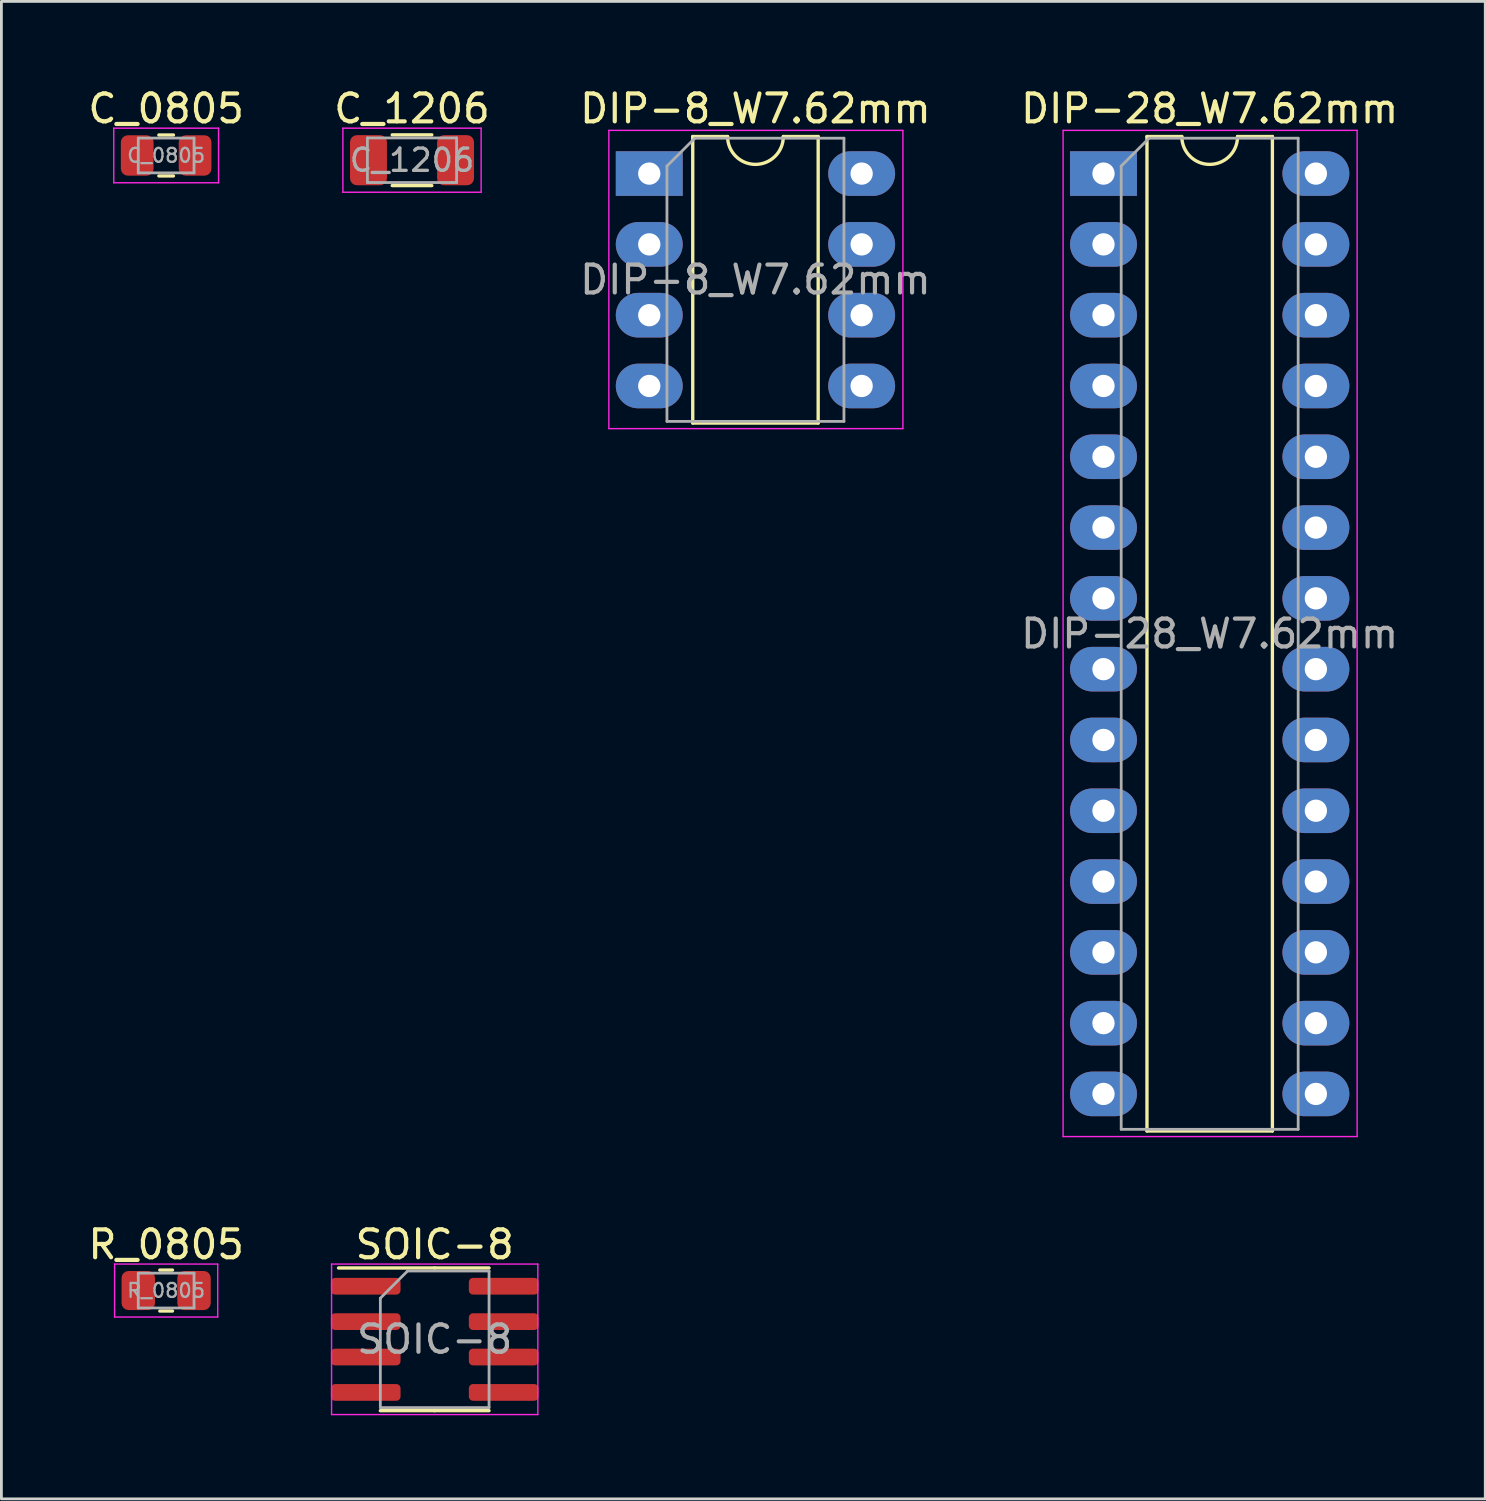
<source format=kicad_pcb>
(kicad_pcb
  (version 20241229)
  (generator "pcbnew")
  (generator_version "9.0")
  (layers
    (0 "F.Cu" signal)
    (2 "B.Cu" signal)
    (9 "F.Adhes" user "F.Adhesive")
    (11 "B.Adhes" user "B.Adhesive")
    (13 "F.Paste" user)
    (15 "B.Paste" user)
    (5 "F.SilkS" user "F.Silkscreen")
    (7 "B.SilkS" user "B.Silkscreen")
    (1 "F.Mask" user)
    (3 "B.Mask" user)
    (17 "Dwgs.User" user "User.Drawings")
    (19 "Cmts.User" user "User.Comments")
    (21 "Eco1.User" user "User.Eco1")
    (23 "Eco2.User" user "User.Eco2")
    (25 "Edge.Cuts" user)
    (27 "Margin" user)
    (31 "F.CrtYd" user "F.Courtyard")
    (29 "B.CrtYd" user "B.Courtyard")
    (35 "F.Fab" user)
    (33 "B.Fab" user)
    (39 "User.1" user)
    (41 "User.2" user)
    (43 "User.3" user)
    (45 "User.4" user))
  (footprint "C_1206"
    (layer "F.Cu")
    (at 11.732 2.698)
    (property "Reference" "C_1206" (at 0 -1.85 0) (layer "F.SilkS") (effects (font (size 1 1) (thickness 0.15))))
    (attr smd)
    (fp_line (start -0.711 -0.91) (end 0.711 -0.91) (stroke (width 0.12) (type solid)) (layer "F.SilkS"))
    (fp_line (start -0.711 0.91) (end 0.711 0.91) (stroke (width 0.12) (type solid)) (layer "F.SilkS"))
    (fp_line (start -2.48 -1.15) (end 2.48 -1.15) (stroke (width 0.05) (type solid)) (layer "F.CrtYd"))
    (fp_line (start -2.48 1.15) (end -2.48 -1.15) (stroke (width 0.05) (type solid)) (layer "F.CrtYd"))
    (fp_line (start 2.48 -1.15) (end 2.48 1.15) (stroke (width 0.05) (type solid)) (layer "F.CrtYd"))
    (fp_line (start 2.48 1.15) (end -2.48 1.15) (stroke (width 0.05) (type solid)) (layer "F.CrtYd"))
    (fp_line (start -1.6 -0.8) (end 1.6 -0.8) (stroke (width 0.1) (type solid)) (layer "F.Fab"))
    (fp_line (start -1.6 0.8) (end -1.6 -0.8) (stroke (width 0.1) (type solid)) (layer "F.Fab"))
    (fp_line (start 1.6 -0.8) (end 1.6 0.8) (stroke (width 0.1) (type solid)) (layer "F.Fab"))
    (fp_line (start 1.6 0.8) (end -1.6 0.8) (stroke (width 0.1) (type solid)) (layer "F.Fab"))
    (fp_text user "${REFERENCE}" (at 0 0 0) (layer "F.Fab") (effects (font (size 0.8 0.8) (thickness 0.12))))
    (pad "1" smd roundrect (at -1.562 0) (size 1.325 1.8) (layers "F.Cu" "F.Mask" "F.Paste") (roundrect_rratio 0.189))
    (pad "2" smd roundrect (at 1.562 0) (size 1.325 1.8) (layers "F.Cu" "F.Mask" "F.Paste") (roundrect_rratio 0.189)))
  (footprint "DIP-28_W7.62mm"
    (layer "F.Cu")
    (at 36.541 3.178)
    (property "Reference" "DIP-28_W7.62mm" (at 3.81 -2.33 0) (layer "F.SilkS") (effects (font (size 1 1) (thickness 0.15))))
    (attr through_hole)
    (fp_line (start 1.56 -1.33) (end 1.56 34.35) (stroke (width 0.12) (type solid)) (layer "F.SilkS"))
    (fp_line (start 1.56 34.35) (end 6.06 34.35) (stroke (width 0.12) (type solid)) (layer "F.SilkS"))
    (fp_line (start 2.81 -1.33) (end 1.56 -1.33) (stroke (width 0.12) (type solid)) (layer "F.SilkS"))
    (fp_line (start 6.06 -1.33) (end 4.81 -1.33) (stroke (width 0.12) (type solid)) (layer "F.SilkS"))
    (fp_line (start 6.06 34.35) (end 6.06 -1.33) (stroke (width 0.12) (type solid)) (layer "F.SilkS"))
    (fp_arc (start 4.81 -1.33) (mid 3.81 -0.33) (end 2.81 -1.33) (stroke (width 0.12) (type solid)) (layer "F.SilkS"))
    (fp_line (start -1.45 -1.55) (end -1.45 34.55) (stroke (width 0.05) (type solid)) (layer "F.CrtYd"))
    (fp_line (start -1.45 34.55) (end 9.1 34.55) (stroke (width 0.05) (type solid)) (layer "F.CrtYd"))
    (fp_line (start 9.1 -1.55) (end -1.45 -1.55) (stroke (width 0.05) (type solid)) (layer "F.CrtYd"))
    (fp_line (start 9.1 34.55) (end 9.1 -1.55) (stroke (width 0.05) (type solid)) (layer "F.CrtYd"))
    (fp_line (start 0.635 -0.27) (end 1.635 -1.27) (stroke (width 0.1) (type solid)) (layer "F.Fab"))
    (fp_line (start 0.635 34.29) (end 0.635 -0.27) (stroke (width 0.1) (type solid)) (layer "F.Fab"))
    (fp_line (start 1.635 -1.27) (end 6.985 -1.27) (stroke (width 0.1) (type solid)) (layer "F.Fab"))
    (fp_line (start 6.985 -1.27) (end 6.985 34.29) (stroke (width 0.1) (type solid)) (layer "F.Fab"))
    (fp_line (start 6.985 34.29) (end 0.635 34.29) (stroke (width 0.1) (type solid)) (layer "F.Fab"))
    (fp_text user "${REFERENCE}" (at 3.81 16.51 0) (layer "F.Fab") (effects (font (size 1 1) (thickness 0.15))))
    (pad "1" thru_hole rect (at 0 0) (size 2.4 1.6) (drill 0.8) (layers "*.Cu" "*.Mask"))
    (pad "2" thru_hole oval (at 0 2.54) (size 2.4 1.6) (drill 0.8) (layers "*.Cu" "*.Mask"))
    (pad "3" thru_hole oval (at 0 5.08) (size 2.4 1.6) (drill 0.8) (layers "*.Cu" "*.Mask"))
    (pad "4" thru_hole oval (at 0 7.62) (size 2.4 1.6) (drill 0.8) (layers "*.Cu" "*.Mask"))
    (pad "5" thru_hole oval (at 0 10.16) (size 2.4 1.6) (drill 0.8) (layers "*.Cu" "*.Mask"))
    (pad "6" thru_hole oval (at 0 12.7) (size 2.4 1.6) (drill 0.8) (layers "*.Cu" "*.Mask"))
    (pad "7" thru_hole oval (at 0 15.24) (size 2.4 1.6) (drill 0.8) (layers "*.Cu" "*.Mask"))
    (pad "8" thru_hole oval (at 0 17.78) (size 2.4 1.6) (drill 0.8) (layers "*.Cu" "*.Mask"))
    (pad "9" thru_hole oval (at 0 20.32) (size 2.4 1.6) (drill 0.8) (layers "*.Cu" "*.Mask"))
    (pad "10" thru_hole oval (at 0 22.86) (size 2.4 1.6) (drill 0.8) (layers "*.Cu" "*.Mask"))
    (pad "11" thru_hole oval (at 0 25.4) (size 2.4 1.6) (drill 0.8) (layers "*.Cu" "*.Mask"))
    (pad "12" thru_hole oval (at 0 27.94) (size 2.4 1.6) (drill 0.8) (layers "*.Cu" "*.Mask"))
    (pad "13" thru_hole oval (at 0 30.48) (size 2.4 1.6) (drill 0.8) (layers "*.Cu" "*.Mask"))
    (pad "14" thru_hole oval (at 0 33.02) (size 2.4 1.6) (drill 0.8) (layers "*.Cu" "*.Mask"))
    (pad "15" thru_hole oval (at 7.62 33.02) (size 2.4 1.6) (drill 0.8) (layers "*.Cu" "*.Mask"))
    (pad "16" thru_hole oval (at 7.62 30.48) (size 2.4 1.6) (drill 0.8) (layers "*.Cu" "*.Mask"))
    (pad "17" thru_hole oval (at 7.62 27.94) (size 2.4 1.6) (drill 0.8) (layers "*.Cu" "*.Mask"))
    (pad "18" thru_hole oval (at 7.62 25.4) (size 2.4 1.6) (drill 0.8) (layers "*.Cu" "*.Mask"))
    (pad "19" thru_hole oval (at 7.62 22.86) (size 2.4 1.6) (drill 0.8) (layers "*.Cu" "*.Mask"))
    (pad "20" thru_hole oval (at 7.62 20.32) (size 2.4 1.6) (drill 0.8) (layers "*.Cu" "*.Mask"))
    (pad "21" thru_hole oval (at 7.62 17.78) (size 2.4 1.6) (drill 0.8) (layers "*.Cu" "*.Mask"))
    (pad "22" thru_hole oval (at 7.62 15.24) (size 2.4 1.6) (drill 0.8) (layers "*.Cu" "*.Mask"))
    (pad "23" thru_hole oval (at 7.62 12.7) (size 2.4 1.6) (drill 0.8) (layers "*.Cu" "*.Mask"))
    (pad "24" thru_hole oval (at 7.62 10.16) (size 2.4 1.6) (drill 0.8) (layers "*.Cu" "*.Mask"))
    (pad "25" thru_hole oval (at 7.62 7.62) (size 2.4 1.6) (drill 0.8) (layers "*.Cu" "*.Mask"))
    (pad "26" thru_hole oval (at 7.62 5.08) (size 2.4 1.6) (drill 0.8) (layers "*.Cu" "*.Mask"))
    (pad "27" thru_hole oval (at 7.62 2.54) (size 2.4 1.6) (drill 0.8) (layers "*.Cu" "*.Mask"))
    (pad "28" thru_hole oval (at 7.62 0) (size 2.4 1.6) (drill 0.8) (layers "*.Cu" "*.Mask")))
  (footprint "DIP-8_W7.62mm"
    (layer "F.Cu")
    (at 20.244 3.178)
    (property "Reference" "DIP-8_W7.62mm" (at 3.81 -2.33 0) (layer "F.SilkS") (effects (font (size 1 1) (thickness 0.15))))
    (attr through_hole)
    (fp_line (start 1.56 -1.33) (end 1.56 8.95) (stroke (width 0.12) (type solid)) (layer "F.SilkS"))
    (fp_line (start 1.56 8.95) (end 6.06 8.95) (stroke (width 0.12) (type solid)) (layer "F.SilkS"))
    (fp_line (start 2.81 -1.33) (end 1.56 -1.33) (stroke (width 0.12) (type solid)) (layer "F.SilkS"))
    (fp_line (start 6.06 -1.33) (end 4.81 -1.33) (stroke (width 0.12) (type solid)) (layer "F.SilkS"))
    (fp_line (start 6.06 8.95) (end 6.06 -1.33) (stroke (width 0.12) (type solid)) (layer "F.SilkS"))
    (fp_arc (start 4.81 -1.33) (mid 3.81 -0.33) (end 2.81 -1.33) (stroke (width 0.12) (type solid)) (layer "F.SilkS"))
    (fp_line (start -1.45 -1.55) (end -1.45 9.15) (stroke (width 0.05) (type solid)) (layer "F.CrtYd"))
    (fp_line (start -1.45 9.15) (end 9.1 9.15) (stroke (width 0.05) (type solid)) (layer "F.CrtYd"))
    (fp_line (start 9.1 -1.55) (end -1.45 -1.55) (stroke (width 0.05) (type solid)) (layer "F.CrtYd"))
    (fp_line (start 9.1 9.15) (end 9.1 -1.55) (stroke (width 0.05) (type solid)) (layer "F.CrtYd"))
    (fp_line (start 0.635 -0.27) (end 1.635 -1.27) (stroke (width 0.1) (type solid)) (layer "F.Fab"))
    (fp_line (start 0.635 8.89) (end 0.635 -0.27) (stroke (width 0.1) (type solid)) (layer "F.Fab"))
    (fp_line (start 1.635 -1.27) (end 6.985 -1.27) (stroke (width 0.1) (type solid)) (layer "F.Fab"))
    (fp_line (start 6.985 -1.27) (end 6.985 8.89) (stroke (width 0.1) (type solid)) (layer "F.Fab"))
    (fp_line (start 6.985 8.89) (end 0.635 8.89) (stroke (width 0.1) (type solid)) (layer "F.Fab"))
    (fp_text user "${REFERENCE}" (at 3.81 3.81 0) (layer "F.Fab") (effects (font (size 1 1) (thickness 0.15))))
    (pad "1" thru_hole rect (at 0 0) (size 2.4 1.6) (drill 0.8) (layers "*.Cu" "*.Mask"))
    (pad "2" thru_hole oval (at 0 2.54) (size 2.4 1.6) (drill 0.8) (layers "*.Cu" "*.Mask"))
    (pad "3" thru_hole oval (at 0 5.08) (size 2.4 1.6) (drill 0.8) (layers "*.Cu" "*.Mask"))
    (pad "4" thru_hole oval (at 0 7.62) (size 2.4 1.6) (drill 0.8) (layers "*.Cu" "*.Mask"))
    (pad "5" thru_hole oval (at 7.62 7.62) (size 2.4 1.6) (drill 0.8) (layers "*.Cu" "*.Mask"))
    (pad "6" thru_hole oval (at 7.62 5.08) (size 2.4 1.6) (drill 0.8) (layers "*.Cu" "*.Mask"))
    (pad "7" thru_hole oval (at 7.62 2.54) (size 2.4 1.6) (drill 0.8) (layers "*.Cu" "*.Mask"))
    (pad "8" thru_hole oval (at 7.62 0) (size 2.4 1.6) (drill 0.8) (layers "*.Cu" "*.Mask")))
  (footprint "R_0805"
    (layer "F.Cu")
    (at 2.911 43.252)
    (property "Reference" "R_0805" (at 0 -1.65 0) (layer "F.SilkS") (effects (font (size 1 1) (thickness 0.15))))
    (attr smd)
    (fp_line (start -0.227 -0.735) (end 0.227 -0.735) (stroke (width 0.12) (type solid)) (layer "F.SilkS"))
    (fp_line (start -0.227 0.735) (end 0.227 0.735) (stroke (width 0.12) (type solid)) (layer "F.SilkS"))
    (fp_line (start -1.85 -0.95) (end 1.85 -0.95) (stroke (width 0.05) (type solid)) (layer "F.CrtYd"))
    (fp_line (start -1.85 0.95) (end -1.85 -0.95) (stroke (width 0.05) (type solid)) (layer "F.CrtYd"))
    (fp_line (start 1.85 -0.95) (end 1.85 0.95) (stroke (width 0.05) (type solid)) (layer "F.CrtYd"))
    (fp_line (start 1.85 0.95) (end -1.85 0.95) (stroke (width 0.05) (type solid)) (layer "F.CrtYd"))
    (fp_line (start -1 -0.625) (end 1 -0.625) (stroke (width 0.1) (type solid)) (layer "F.Fab"))
    (fp_line (start -1 0.625) (end -1 -0.625) (stroke (width 0.1) (type solid)) (layer "F.Fab"))
    (fp_line (start 1 -0.625) (end 1 0.625) (stroke (width 0.1) (type solid)) (layer "F.Fab"))
    (fp_line (start 1 0.625) (end -1 0.625) (stroke (width 0.1) (type solid)) (layer "F.Fab"))
    (fp_text user "${REFERENCE}" (at 0 0 0) (layer "F.Fab") (effects (font (size 0.5 0.5) (thickness 0.08))))
    (pad "1" smd roundrect (at -1 0) (size 1.2 1.4) (layers "F.Cu" "F.Mask" "F.Paste") (roundrect_rratio 0.208))
    (pad "2" smd roundrect (at 1 0) (size 1.2 1.4) (layers "F.Cu" "F.Mask" "F.Paste") (roundrect_rratio 0.208)))
  (footprint "C_0805"
    (layer "F.Cu")
    (at 2.911 2.528)
    (property "Reference" "C_0805" (at 0 -1.68 0) (layer "F.SilkS") (effects (font (size 1 1) (thickness 0.15))))
    (attr smd)
    (fp_line (start -0.261 -0.735) (end 0.261 -0.735) (stroke (width 0.12) (type solid)) (layer "F.SilkS"))
    (fp_line (start -0.261 0.735) (end 0.261 0.735) (stroke (width 0.12) (type solid)) (layer "F.SilkS"))
    (fp_line (start -1.88 -0.98) (end 1.88 -0.98) (stroke (width 0.05) (type solid)) (layer "F.CrtYd"))
    (fp_line (start -1.88 0.98) (end -1.88 -0.98) (stroke (width 0.05) (type solid)) (layer "F.CrtYd"))
    (fp_line (start 1.88 -0.98) (end 1.88 0.98) (stroke (width 0.05) (type solid)) (layer "F.CrtYd"))
    (fp_line (start 1.88 0.98) (end -1.88 0.98) (stroke (width 0.05) (type solid)) (layer "F.CrtYd"))
    (fp_line (start -1 -0.625) (end 1 -0.625) (stroke (width 0.1) (type solid)) (layer "F.Fab"))
    (fp_line (start -1 0.625) (end -1 -0.625) (stroke (width 0.1) (type solid)) (layer "F.Fab"))
    (fp_line (start 1 -0.625) (end 1 0.625) (stroke (width 0.1) (type solid)) (layer "F.Fab"))
    (fp_line (start 1 0.625) (end -1 0.625) (stroke (width 0.1) (type solid)) (layer "F.Fab"))
    (fp_text user "${REFERENCE}" (at 0 0 0) (layer "F.Fab") (effects (font (size 0.5 0.5) (thickness 0.08))))
    (pad "1" smd roundrect (at -1.038 0) (size 1.175 1.45) (layers "F.Cu" "F.Mask" "F.Paste") (roundrect_rratio 0.213))
    (pad "2" smd roundrect (at 1.038 0) (size 1.175 1.45) (layers "F.Cu" "F.Mask" "F.Paste") (roundrect_rratio 0.213)))
  (footprint "SOIC-8"
    (layer "F.Cu")
    (at 12.546 45.002)
    (property "Reference" "SOIC-8" (at 0 -3.4 0) (layer "F.SilkS") (effects (font (size 1 1) (thickness 0.15))))
    (attr smd)
    (fp_line (start 0 -2.56) (end -3.45 -2.56) (stroke (width 0.12) (type solid)) (layer "F.SilkS"))
    (fp_line (start 0 -2.56) (end 1.95 -2.56) (stroke (width 0.12) (type solid)) (layer "F.SilkS"))
    (fp_line (start 0 2.56) (end -1.95 2.56) (stroke (width 0.12) (type solid)) (layer "F.SilkS"))
    (fp_line (start 0 2.56) (end 1.95 2.56) (stroke (width 0.12) (type solid)) (layer "F.SilkS"))
    (fp_line (start -3.7 -2.7) (end -3.7 2.7) (stroke (width 0.05) (type solid)) (layer "F.CrtYd"))
    (fp_line (start -3.7 2.7) (end 3.7 2.7) (stroke (width 0.05) (type solid)) (layer "F.CrtYd"))
    (fp_line (start 3.7 -2.7) (end -3.7 -2.7) (stroke (width 0.05) (type solid)) (layer "F.CrtYd"))
    (fp_line (start 3.7 2.7) (end 3.7 -2.7) (stroke (width 0.05) (type solid)) (layer "F.CrtYd"))
    (fp_line (start -1.95 -1.475) (end -0.975 -2.45) (stroke (width 0.1) (type solid)) (layer "F.Fab"))
    (fp_line (start -1.95 2.45) (end -1.95 -1.475) (stroke (width 0.1) (type solid)) (layer "F.Fab"))
    (fp_line (start -0.975 -2.45) (end 1.95 -2.45) (stroke (width 0.1) (type solid)) (layer "F.Fab"))
    (fp_line (start 1.95 -2.45) (end 1.95 2.45) (stroke (width 0.1) (type solid)) (layer "F.Fab"))
    (fp_line (start 1.95 2.45) (end -1.95 2.45) (stroke (width 0.1) (type solid)) (layer "F.Fab"))
    (fp_text user "${REFERENCE}" (at 0 0 0) (layer "F.Fab") (effects (font (size 0.98 0.98) (thickness 0.15))))
    (pad "1" smd roundrect (at -2.475 -1.905) (size 2.5 0.6) (layers "F.Cu" "F.Mask" "F.Paste") (roundrect_rratio 0.25))
    (pad "2" smd roundrect (at -2.475 -0.635) (size 2.5 0.6) (layers "F.Cu" "F.Mask" "F.Paste") (roundrect_rratio 0.25))
    (pad "3" smd roundrect (at -2.475 0.635) (size 2.5 0.6) (layers "F.Cu" "F.Mask" "F.Paste") (roundrect_rratio 0.25))
    (pad "4" smd roundrect (at -2.475 1.905) (size 2.5 0.6) (layers "F.Cu" "F.Mask" "F.Paste") (roundrect_rratio 0.25))
    (pad "5" smd roundrect (at 2.475 1.905) (size 2.5 0.6) (layers "F.Cu" "F.Mask" "F.Paste") (roundrect_rratio 0.25))
    (pad "6" smd roundrect (at 2.475 0.635) (size 2.5 0.6) (layers "F.Cu" "F.Mask" "F.Paste") (roundrect_rratio 0.25))
    (pad "7" smd roundrect (at 2.475 -0.635) (size 2.5 0.6) (layers "F.Cu" "F.Mask" "F.Paste") (roundrect_rratio 0.25))
    (pad "8" smd roundrect (at 2.475 -1.905) (size 2.5 0.6) (layers "F.Cu" "F.Mask" "F.Paste") (roundrect_rratio 0.25)))
  (gr_rect
    (start -3 -3)
    (end 50.238 50.727)
    (stroke (width 0.1) (type default))
    (fill no)
    (layer "Edge.Cuts")))
</source>
